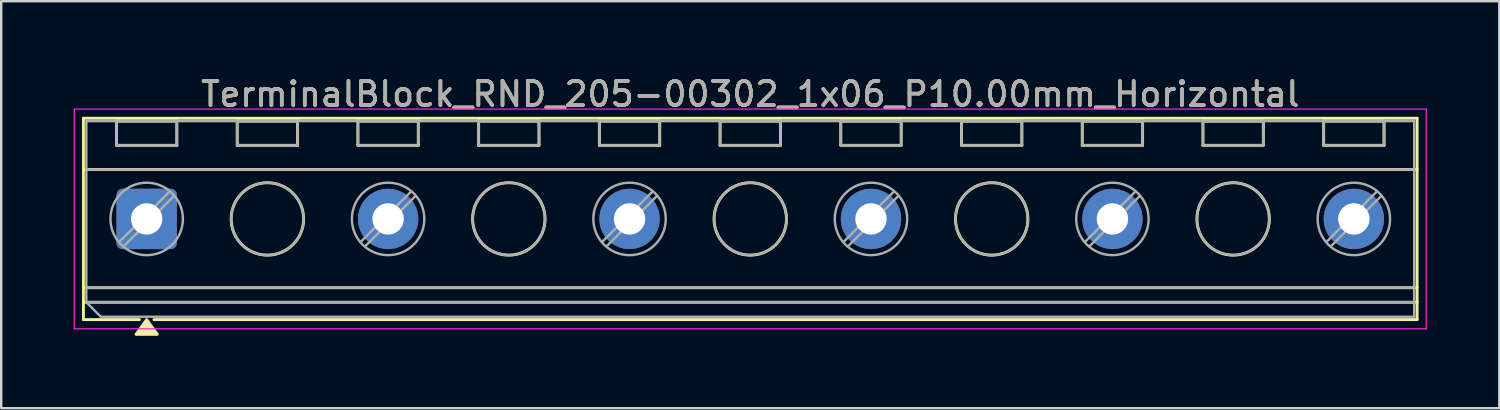
<source format=kicad_pcb>
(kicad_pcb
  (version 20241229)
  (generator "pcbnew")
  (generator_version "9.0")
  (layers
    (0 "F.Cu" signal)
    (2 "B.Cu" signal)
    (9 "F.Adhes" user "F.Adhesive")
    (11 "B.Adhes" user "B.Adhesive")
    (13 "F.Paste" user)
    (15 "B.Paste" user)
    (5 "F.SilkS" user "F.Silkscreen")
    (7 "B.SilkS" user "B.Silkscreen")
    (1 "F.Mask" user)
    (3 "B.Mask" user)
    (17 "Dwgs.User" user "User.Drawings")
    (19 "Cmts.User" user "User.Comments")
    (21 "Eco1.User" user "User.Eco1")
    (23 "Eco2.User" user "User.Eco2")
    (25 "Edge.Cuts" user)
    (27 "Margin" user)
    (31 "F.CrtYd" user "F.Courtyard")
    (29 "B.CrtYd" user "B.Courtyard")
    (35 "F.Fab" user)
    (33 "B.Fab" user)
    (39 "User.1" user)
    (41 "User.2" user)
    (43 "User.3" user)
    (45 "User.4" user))
  (footprint "TerminalBlock_RND_205-00302_1x06_P10.00mm_Horizontal"
    (layer "F.Cu")
    (at 3.025 6.018)
    (property "Reference" "TerminalBlock_RND_205-00302_1x06_P10.00mm_Horizontal" (at 25 -5.17 0) (layer "F.SilkS") (effects (font (size 1 1) (thickness 0.15))))
    (attr through_hole)
    (fp_line (start -2.62 -4.17) (end -2.62 4.17) (stroke (width 0.12) (type solid)) (layer "F.SilkS"))
    (fp_line (start -2.62 -4.17) (end 52.62 -4.17) (stroke (width 0.12) (type solid)) (layer "F.SilkS"))
    (fp_line (start -2.62 -2.05) (end 52.62 -2.05) (stroke (width 0.12) (type solid)) (layer "F.SilkS"))
    (fp_line (start -2.62 2.85) (end 52.62 2.85) (stroke (width 0.12) (type solid)) (layer "F.SilkS"))
    (fp_line (start -2.62 3.45) (end 52.62 3.45) (stroke (width 0.12) (type solid)) (layer "F.SilkS"))
    (fp_line (start -2.62 4.17) (end -0.3 4.17) (stroke (width 0.12) (type solid)) (layer "F.SilkS"))
    (fp_line (start -1.25 -4.05) (end -1.25 -3.05) (stroke (width 0.12) (type solid)) (layer "F.SilkS"))
    (fp_line (start -1.25 -4.05) (end 1.25 -4.05) (stroke (width 0.12) (type solid)) (layer "F.SilkS"))
    (fp_line (start -1.25 -3.05) (end 1.25 -3.05) (stroke (width 0.12) (type solid)) (layer "F.SilkS"))
    (fp_line (start 0.3 4.17) (end 52.62 4.17) (stroke (width 0.12) (type solid)) (layer "F.SilkS"))
    (fp_line (start 1.25 -4.05) (end 1.25 -3.05) (stroke (width 0.12) (type solid)) (layer "F.SilkS"))
    (fp_line (start 3.75 -4.05) (end 3.75 -3.05) (stroke (width 0.12) (type solid)) (layer "F.SilkS"))
    (fp_line (start 3.75 -4.05) (end 6.25 -4.05) (stroke (width 0.12) (type solid)) (layer "F.SilkS"))
    (fp_line (start 3.75 -3.05) (end 6.25 -3.05) (stroke (width 0.12) (type solid)) (layer "F.SilkS"))
    (fp_line (start 6.25 -4.05) (end 6.25 -3.05) (stroke (width 0.12) (type solid)) (layer "F.SilkS"))
    (fp_line (start 8.75 -4.05) (end 8.75 -3.05) (stroke (width 0.12) (type solid)) (layer "F.SilkS"))
    (fp_line (start 8.75 -4.05) (end 11.25 -4.05) (stroke (width 0.12) (type solid)) (layer "F.SilkS"))
    (fp_line (start 8.75 -3.05) (end 11.25 -3.05) (stroke (width 0.12) (type solid)) (layer "F.SilkS"))
    (fp_line (start 11.25 -4.05) (end 11.25 -3.05) (stroke (width 0.12) (type solid)) (layer "F.SilkS"))
    (fp_line (start 13.75 -4.05) (end 13.75 -3.05) (stroke (width 0.12) (type solid)) (layer "F.SilkS"))
    (fp_line (start 13.75 -4.05) (end 16.25 -4.05) (stroke (width 0.12) (type solid)) (layer "F.SilkS"))
    (fp_line (start 13.75 -3.05) (end 16.25 -3.05) (stroke (width 0.12) (type solid)) (layer "F.SilkS"))
    (fp_line (start 16.25 -4.05) (end 16.25 -3.05) (stroke (width 0.12) (type solid)) (layer "F.SilkS"))
    (fp_line (start 18.75 -4.05) (end 18.75 -3.05) (stroke (width 0.12) (type solid)) (layer "F.SilkS"))
    (fp_line (start 18.75 -4.05) (end 21.25 -4.05) (stroke (width 0.12) (type solid)) (layer "F.SilkS"))
    (fp_line (start 18.75 -3.05) (end 21.25 -3.05) (stroke (width 0.12) (type solid)) (layer "F.SilkS"))
    (fp_line (start 21.25 -4.05) (end 21.25 -3.05) (stroke (width 0.12) (type solid)) (layer "F.SilkS"))
    (fp_line (start 23.75 -4.05) (end 23.75 -3.05) (stroke (width 0.12) (type solid)) (layer "F.SilkS"))
    (fp_line (start 23.75 -4.05) (end 26.25 -4.05) (stroke (width 0.12) (type solid)) (layer "F.SilkS"))
    (fp_line (start 23.75 -3.05) (end 26.25 -3.05) (stroke (width 0.12) (type solid)) (layer "F.SilkS"))
    (fp_line (start 26.25 -4.05) (end 26.25 -3.05) (stroke (width 0.12) (type solid)) (layer "F.SilkS"))
    (fp_line (start 28.75 -4.05) (end 28.75 -3.05) (stroke (width 0.12) (type solid)) (layer "F.SilkS"))
    (fp_line (start 28.75 -4.05) (end 31.25 -4.05) (stroke (width 0.12) (type solid)) (layer "F.SilkS"))
    (fp_line (start 28.75 -3.05) (end 31.25 -3.05) (stroke (width 0.12) (type solid)) (layer "F.SilkS"))
    (fp_line (start 31.25 -4.05) (end 31.25 -3.05) (stroke (width 0.12) (type solid)) (layer "F.SilkS"))
    (fp_line (start 33.75 -4.05) (end 33.75 -3.05) (stroke (width 0.12) (type solid)) (layer "F.SilkS"))
    (fp_line (start 33.75 -4.05) (end 36.25 -4.05) (stroke (width 0.12) (type solid)) (layer "F.SilkS"))
    (fp_line (start 33.75 -3.05) (end 36.25 -3.05) (stroke (width 0.12) (type solid)) (layer "F.SilkS"))
    (fp_line (start 36.25 -4.05) (end 36.25 -3.05) (stroke (width 0.12) (type solid)) (layer "F.SilkS"))
    (fp_line (start 38.75 -4.05) (end 38.75 -3.05) (stroke (width 0.12) (type solid)) (layer "F.SilkS"))
    (fp_line (start 38.75 -4.05) (end 41.25 -4.05) (stroke (width 0.12) (type solid)) (layer "F.SilkS"))
    (fp_line (start 38.75 -3.05) (end 41.25 -3.05) (stroke (width 0.12) (type solid)) (layer "F.SilkS"))
    (fp_line (start 41.25 -4.05) (end 41.25 -3.05) (stroke (width 0.12) (type solid)) (layer "F.SilkS"))
    (fp_line (start 43.75 -4.05) (end 43.75 -3.05) (stroke (width 0.12) (type solid)) (layer "F.SilkS"))
    (fp_line (start 43.75 -4.05) (end 46.25 -4.05) (stroke (width 0.12) (type solid)) (layer "F.SilkS"))
    (fp_line (start 43.75 -3.05) (end 46.25 -3.05) (stroke (width 0.12) (type solid)) (layer "F.SilkS"))
    (fp_line (start 46.25 -4.05) (end 46.25 -3.05) (stroke (width 0.12) (type solid)) (layer "F.SilkS"))
    (fp_line (start 48.75 -4.05) (end 48.75 -3.05) (stroke (width 0.12) (type solid)) (layer "F.SilkS"))
    (fp_line (start 48.75 -4.05) (end 51.25 -4.05) (stroke (width 0.12) (type solid)) (layer "F.SilkS"))
    (fp_line (start 48.75 -3.05) (end 51.25 -3.05) (stroke (width 0.12) (type solid)) (layer "F.SilkS"))
    (fp_line (start 51.25 -4.05) (end 51.25 -3.05) (stroke (width 0.12) (type solid)) (layer "F.SilkS"))
    (fp_line (start 52.62 -4.17) (end 52.62 4.17) (stroke (width 0.12) (type solid)) (layer "F.SilkS"))
    (fp_circle (center 5 0) (end 6.5 0) (stroke (width 0.12) (type solid)) (fill no) (layer "F.SilkS"))
    (fp_circle (center 15 0) (end 16.5 0) (stroke (width 0.12) (type solid)) (fill no) (layer "F.SilkS"))
    (fp_circle (center 25 0) (end 26.5 0) (stroke (width 0.12) (type solid)) (fill no) (layer "F.SilkS"))
    (fp_circle (center 35 0) (end 36.5 0) (stroke (width 0.12) (type solid)) (fill no) (layer "F.SilkS"))
    (fp_circle (center 45 0) (end 46.5 0) (stroke (width 0.12) (type solid)) (fill no) (layer "F.SilkS"))
    (fp_poly (pts (xy 0 4.17) (xy 0.44 4.78) (xy -0.44 4.78)) (stroke (width 0.12) (type solid)) (fill yes) (layer "F.SilkS"))
    (fp_line (start -3 -4.55) (end -3 4.55) (stroke (width 0.05) (type solid)) (layer "F.CrtYd"))
    (fp_line (start -3 4.55) (end 53 4.55) (stroke (width 0.05) (type solid)) (layer "F.CrtYd"))
    (fp_line (start 53 -4.55) (end -3 -4.55) (stroke (width 0.05) (type solid)) (layer "F.CrtYd"))
    (fp_line (start 53 4.55) (end 53 -4.55) (stroke (width 0.05) (type solid)) (layer "F.CrtYd"))
    (fp_line (start -2.5 -4.05) (end 52.5 -4.05) (stroke (width 0.1) (type solid)) (layer "F.Fab"))
    (fp_line (start -2.5 -2.05) (end 52.5 -2.05) (stroke (width 0.1) (type solid)) (layer "F.Fab"))
    (fp_line (start -2.5 2.85) (end 52.5 2.85) (stroke (width 0.1) (type solid)) (layer "F.Fab"))
    (fp_line (start -2.5 3.45) (end -2.5 -4.05) (stroke (width 0.1) (type solid)) (layer "F.Fab"))
    (fp_line (start -2.5 3.45) (end 52.5 3.45) (stroke (width 0.1) (type solid)) (layer "F.Fab"))
    (fp_line (start -1.9 4.05) (end -2.5 3.45) (stroke (width 0.1) (type solid)) (layer "F.Fab"))
    (fp_line (start -1.25 -4.05) (end -1.25 -3.05) (stroke (width 0.1) (type solid)) (layer "F.Fab"))
    (fp_line (start -1.25 -3.05) (end 1.25 -3.05) (stroke (width 0.1) (type solid)) (layer "F.Fab"))
    (fp_line (start 0.955 -1.138) (end -1.138 0.954) (stroke (width 0.1) (type solid)) (layer "F.Fab"))
    (fp_line (start 1.138 -0.954) (end -0.955 1.137) (stroke (width 0.1) (type solid)) (layer "F.Fab"))
    (fp_line (start 1.25 -4.05) (end -1.25 -4.05) (stroke (width 0.1) (type solid)) (layer "F.Fab"))
    (fp_line (start 1.25 -3.05) (end 1.25 -4.05) (stroke (width 0.1) (type solid)) (layer "F.Fab"))
    (fp_line (start 3.75 -4.05) (end 3.75 -3.05) (stroke (width 0.1) (type solid)) (layer "F.Fab"))
    (fp_line (start 3.75 -3.05) (end 6.25 -3.05) (stroke (width 0.1) (type solid)) (layer "F.Fab"))
    (fp_line (start 6.25 -4.05) (end 3.75 -4.05) (stroke (width 0.1) (type solid)) (layer "F.Fab"))
    (fp_line (start 6.25 -3.05) (end 6.25 -4.05) (stroke (width 0.1) (type solid)) (layer "F.Fab"))
    (fp_line (start 8.75 -4.05) (end 8.75 -3.05) (stroke (width 0.1) (type solid)) (layer "F.Fab"))
    (fp_line (start 8.75 -3.05) (end 11.25 -3.05) (stroke (width 0.1) (type solid)) (layer "F.Fab"))
    (fp_line (start 10.955 -1.138) (end 8.862 0.954) (stroke (width 0.1) (type solid)) (layer "F.Fab"))
    (fp_line (start 11.138 -0.954) (end 9.045 1.137) (stroke (width 0.1) (type solid)) (layer "F.Fab"))
    (fp_line (start 11.25 -4.05) (end 8.75 -4.05) (stroke (width 0.1) (type solid)) (layer "F.Fab"))
    (fp_line (start 11.25 -3.05) (end 11.25 -4.05) (stroke (width 0.1) (type solid)) (layer "F.Fab"))
    (fp_line (start 13.75 -4.05) (end 13.75 -3.05) (stroke (width 0.1) (type solid)) (layer "F.Fab"))
    (fp_line (start 13.75 -3.05) (end 16.25 -3.05) (stroke (width 0.1) (type solid)) (layer "F.Fab"))
    (fp_line (start 16.25 -4.05) (end 13.75 -4.05) (stroke (width 0.1) (type solid)) (layer "F.Fab"))
    (fp_line (start 16.25 -3.05) (end 16.25 -4.05) (stroke (width 0.1) (type solid)) (layer "F.Fab"))
    (fp_line (start 18.75 -4.05) (end 18.75 -3.05) (stroke (width 0.1) (type solid)) (layer "F.Fab"))
    (fp_line (start 18.75 -3.05) (end 21.25 -3.05) (stroke (width 0.1) (type solid)) (layer "F.Fab"))
    (fp_line (start 20.955 -1.138) (end 18.862 0.954) (stroke (width 0.1) (type solid)) (layer "F.Fab"))
    (fp_line (start 21.138 -0.954) (end 19.045 1.137) (stroke (width 0.1) (type solid)) (layer "F.Fab"))
    (fp_line (start 21.25 -4.05) (end 18.75 -4.05) (stroke (width 0.1) (type solid)) (layer "F.Fab"))
    (fp_line (start 21.25 -3.05) (end 21.25 -4.05) (stroke (width 0.1) (type solid)) (layer "F.Fab"))
    (fp_line (start 23.75 -4.05) (end 23.75 -3.05) (stroke (width 0.1) (type solid)) (layer "F.Fab"))
    (fp_line (start 23.75 -3.05) (end 26.25 -3.05) (stroke (width 0.1) (type solid)) (layer "F.Fab"))
    (fp_line (start 26.25 -4.05) (end 23.75 -4.05) (stroke (width 0.1) (type solid)) (layer "F.Fab"))
    (fp_line (start 26.25 -3.05) (end 26.25 -4.05) (stroke (width 0.1) (type solid)) (layer "F.Fab"))
    (fp_line (start 28.75 -4.05) (end 28.75 -3.05) (stroke (width 0.1) (type solid)) (layer "F.Fab"))
    (fp_line (start 28.75 -3.05) (end 31.25 -3.05) (stroke (width 0.1) (type solid)) (layer "F.Fab"))
    (fp_line (start 30.955 -1.138) (end 28.862 0.954) (stroke (width 0.1) (type solid)) (layer "F.Fab"))
    (fp_line (start 31.138 -0.954) (end 29.045 1.137) (stroke (width 0.1) (type solid)) (layer "F.Fab"))
    (fp_line (start 31.25 -4.05) (end 28.75 -4.05) (stroke (width 0.1) (type solid)) (layer "F.Fab"))
    (fp_line (start 31.25 -3.05) (end 31.25 -4.05) (stroke (width 0.1) (type solid)) (layer "F.Fab"))
    (fp_line (start 33.75 -4.05) (end 33.75 -3.05) (stroke (width 0.1) (type solid)) (layer "F.Fab"))
    (fp_line (start 33.75 -3.05) (end 36.25 -3.05) (stroke (width 0.1) (type solid)) (layer "F.Fab"))
    (fp_line (start 36.25 -4.05) (end 33.75 -4.05) (stroke (width 0.1) (type solid)) (layer "F.Fab"))
    (fp_line (start 36.25 -3.05) (end 36.25 -4.05) (stroke (width 0.1) (type solid)) (layer "F.Fab"))
    (fp_line (start 38.75 -4.05) (end 38.75 -3.05) (stroke (width 0.1) (type solid)) (layer "F.Fab"))
    (fp_line (start 38.75 -3.05) (end 41.25 -3.05) (stroke (width 0.1) (type solid)) (layer "F.Fab"))
    (fp_line (start 40.955 -1.138) (end 38.862 0.954) (stroke (width 0.1) (type solid)) (layer "F.Fab"))
    (fp_line (start 41.138 -0.954) (end 39.045 1.137) (stroke (width 0.1) (type solid)) (layer "F.Fab"))
    (fp_line (start 41.25 -4.05) (end 38.75 -4.05) (stroke (width 0.1) (type solid)) (layer "F.Fab"))
    (fp_line (start 41.25 -3.05) (end 41.25 -4.05) (stroke (width 0.1) (type solid)) (layer "F.Fab"))
    (fp_line (start 43.75 -4.05) (end 43.75 -3.05) (stroke (width 0.1) (type solid)) (layer "F.Fab"))
    (fp_line (start 43.75 -3.05) (end 46.25 -3.05) (stroke (width 0.1) (type solid)) (layer "F.Fab"))
    (fp_line (start 46.25 -4.05) (end 43.75 -4.05) (stroke (width 0.1) (type solid)) (layer "F.Fab"))
    (fp_line (start 46.25 -3.05) (end 46.25 -4.05) (stroke (width 0.1) (type solid)) (layer "F.Fab"))
    (fp_line (start 48.75 -4.05) (end 48.75 -3.05) (stroke (width 0.1) (type solid)) (layer "F.Fab"))
    (fp_line (start 48.75 -3.05) (end 51.25 -3.05) (stroke (width 0.1) (type solid)) (layer "F.Fab"))
    (fp_line (start 50.955 -1.138) (end 48.862 0.954) (stroke (width 0.1) (type solid)) (layer "F.Fab"))
    (fp_line (start 51.138 -0.954) (end 49.045 1.137) (stroke (width 0.1) (type solid)) (layer "F.Fab"))
    (fp_line (start 51.25 -4.05) (end 48.75 -4.05) (stroke (width 0.1) (type solid)) (layer "F.Fab"))
    (fp_line (start 51.25 -3.05) (end 51.25 -4.05) (stroke (width 0.1) (type solid)) (layer "F.Fab"))
    (fp_line (start 52.5 -4.05) (end 52.5 4.05) (stroke (width 0.1) (type solid)) (layer "F.Fab"))
    (fp_line (start 52.5 4.05) (end -1.9 4.05) (stroke (width 0.1) (type solid)) (layer "F.Fab"))
    (fp_circle (center 0 0) (end 1.5 0) (stroke (width 0.1) (type solid)) (fill no) (layer "F.Fab"))
    (fp_circle (center 5 0) (end 6.5 0) (stroke (width 0.1) (type solid)) (fill no) (layer "F.Fab"))
    (fp_circle (center 10 0) (end 11.5 0) (stroke (width 0.1) (type solid)) (fill no) (layer "F.Fab"))
    (fp_circle (center 15 0) (end 16.5 0) (stroke (width 0.1) (type solid)) (fill no) (layer "F.Fab"))
    (fp_circle (center 20 0) (end 21.5 0) (stroke (width 0.1) (type solid)) (fill no) (layer "F.Fab"))
    (fp_circle (center 25 0) (end 26.5 0) (stroke (width 0.1) (type solid)) (fill no) (layer "F.Fab"))
    (fp_circle (center 30 0) (end 31.5 0) (stroke (width 0.1) (type solid)) (fill no) (layer "F.Fab"))
    (fp_circle (center 35 0) (end 36.5 0) (stroke (width 0.1) (type solid)) (fill no) (layer "F.Fab"))
    (fp_circle (center 40 0) (end 41.5 0) (stroke (width 0.1) (type solid)) (fill no) (layer "F.Fab"))
    (fp_circle (center 45 0) (end 46.5 0) (stroke (width 0.1) (type solid)) (fill no) (layer "F.Fab"))
    (fp_circle (center 50 0) (end 51.5 0) (stroke (width 0.1) (type solid)) (fill no) (layer "F.Fab"))
    (fp_text user "${REFERENCE}" (at 25 -5.17 0) (layer "F.Fab") (effects (font (size 1 1) (thickness 0.15))))
    (pad "1" thru_hole roundrect (at 0 0) (size 2.5 2.5) (drill 1.3) (layers "*.Cu" "*.Mask") (roundrect_rratio 0.1))
    (pad "2" thru_hole circle (at 10 0) (size 2.5 2.5) (drill 1.3) (layers "*.Cu" "*.Mask"))
    (pad "3" thru_hole circle (at 20 0) (size 2.5 2.5) (drill 1.3) (layers "*.Cu" "*.Mask"))
    (pad "4" thru_hole circle (at 30 0) (size 2.5 2.5) (drill 1.3) (layers "*.Cu" "*.Mask"))
    (pad "5" thru_hole circle (at 40 0) (size 2.5 2.5) (drill 1.3) (layers "*.Cu" "*.Mask"))
    (pad "6" thru_hole circle (at 50 0) (size 2.5 2.5) (drill 1.3) (layers "*.Cu" "*.Mask")))
  (gr_rect
    (start -3 -3)
    (end 59.05 13.858)
    (stroke (width 0.1) (type default))
    (fill no)
    (layer "Edge.Cuts")))
</source>
